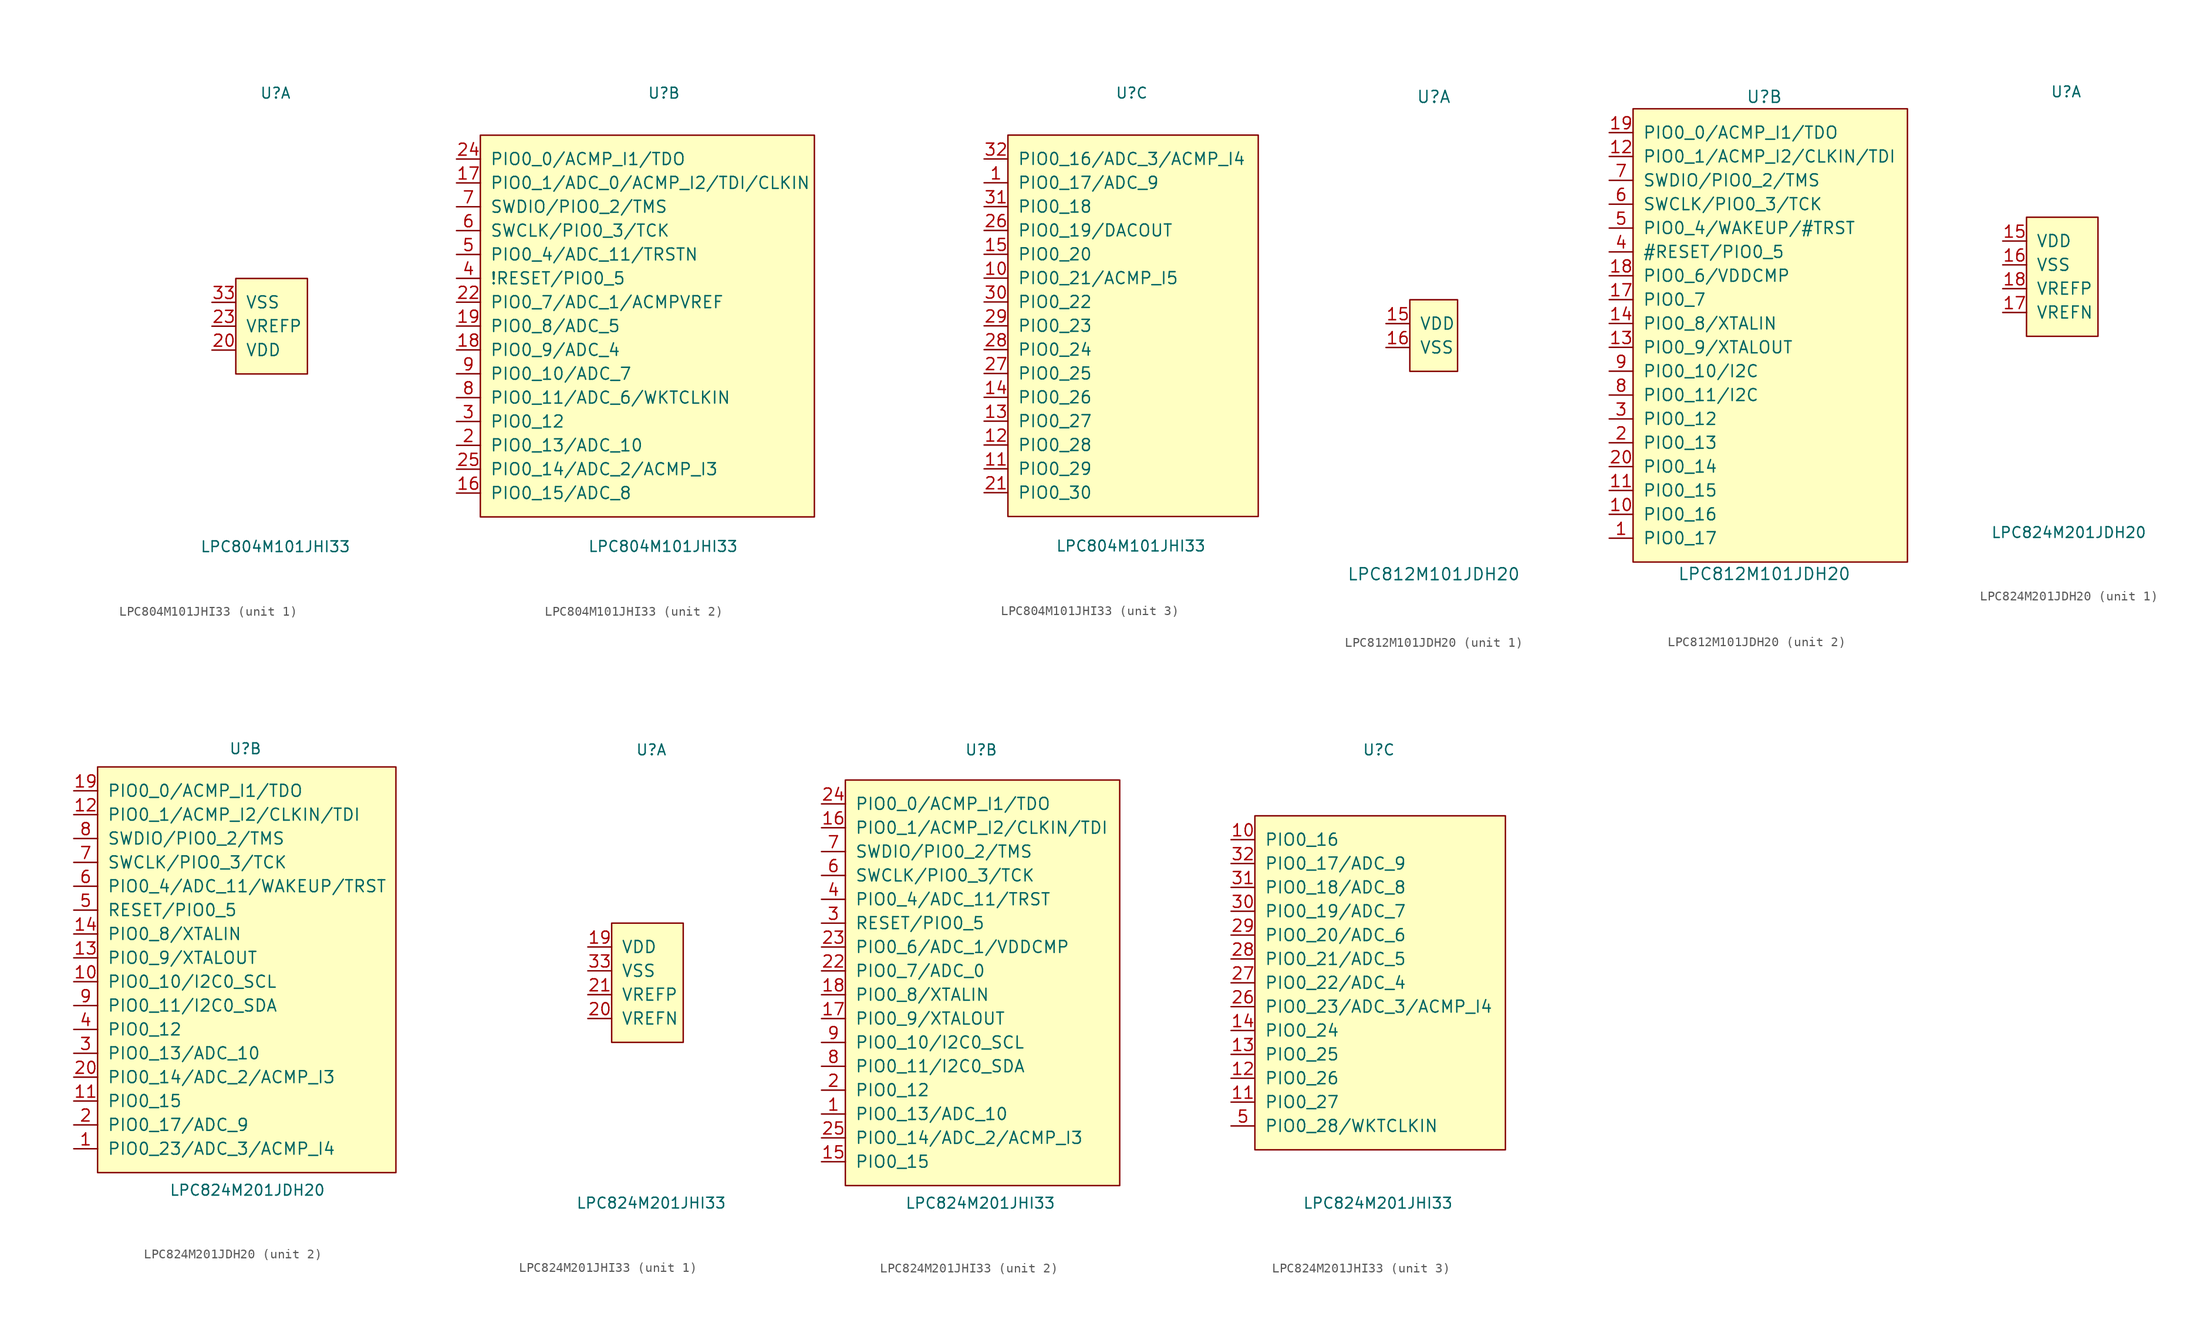
<source format=kicad_sym>
(kicad_symbol_lib
  (version 20211014)
  (generator kicad_symbol_editor)
  (symbol "LPC804M101JHI33"
    (pin_names
      (offset 1.016))
    (property "Reference" "U"
      (at -1.27 24.13 0)
      (effects (font (size 1.143 1.143)) (justify left bottom)))
    (property "Value" "LPC804M101JHI33"
      (at -7.62 -24.13 0)
      (effects (font (size 1.143 1.143)) (justify left bottom)))
    (property "Datasheet" ""
      (at -21.59 -3.81 0)
      (effects (font (size 1.524 1.524))))
    (property "ki_locked" ""
      (at 0 0 0)
      (effects (font (size 1.27 1.27))))
    (symbol "LPC804M101JHI33_1_1"
      (rectangle (start -3.81 5.08) (end 3.81 -5.08) (stroke (width 0) (type default) (color 0 0 0 0)) (fill (type background)))
      (pin power_in line (at -6.35 -2.54 0) (length 2.54) (name "VDD" (effects (font (size 1.27 1.27)))) (number "20" (effects (font (size 1.27 1.27)))))
      (pin power_in line (at -6.35 0 0) (length 2.54) (name "VREFP" (effects (font (size 1.27 1.27)))) (number "23" (effects (font (size 1.27 1.27)))))
      (pin power_in line (at -6.35 2.54 0) (length 2.54) (name "VSS" (effects (font (size 1.27 1.27)))) (number "33" (effects (font (size 1.27 1.27))))))
    (symbol "LPC804M101JHI33_2_1"
      (rectangle (start -19.05 20.32) (end 16.51 -20.32) (stroke (width 0) (type default) (color 0 0 0 0)) (fill (type background)))
      (pin bidirectional line (at -21.59 -17.78 0) (length 2.54) (name "PIO0_15/ADC_8" (effects (font (size 1.27 1.27)))) (number "16" (effects (font (size 1.27 1.27)))))
      (pin bidirectional line (at -21.59 15.24 0) (length 2.54) (name "PIO0_1/ADC_0/ACMP_I2/TDI/CLKIN" (effects (font (size 1.27 1.27)))) (number "17" (effects (font (size 1.27 1.27)))))
      (pin bidirectional line (at -21.59 -2.54 0) (length 2.54) (name "PIO0_9/ADC_4" (effects (font (size 1.27 1.27)))) (number "18" (effects (font (size 1.27 1.27)))))
      (pin bidirectional line (at -21.59 0 0) (length 2.54) (name "PIO0_8/ADC_5" (effects (font (size 1.27 1.27)))) (number "19" (effects (font (size 1.27 1.27)))))
      (pin bidirectional line (at -21.59 -12.7 0) (length 2.54) (name "PIO0_13/ADC_10" (effects (font (size 1.27 1.27)))) (number "2" (effects (font (size 1.27 1.27)))))
      (pin bidirectional line (at -21.59 2.54 0) (length 2.54) (name "PIO0_7/ADC_1/ACMPVREF" (effects (font (size 1.27 1.27)))) (number "22" (effects (font (size 1.27 1.27)))))
      (pin bidirectional line (at -21.59 17.78 0) (length 2.54) (name "PIO0_0/ACMP_I1/TDO" (effects (font (size 1.27 1.27)))) (number "24" (effects (font (size 1.27 1.27)))))
      (pin bidirectional line (at -21.59 -15.24 0) (length 2.54) (name "PIO0_14/ADC_2/ACMP_I3" (effects (font (size 1.27 1.27)))) (number "25" (effects (font (size 1.27 1.27)))))
      (pin bidirectional line (at -21.59 -10.16 0) (length 2.54) (name "PIO0_12" (effects (font (size 1.27 1.27)))) (number "3" (effects (font (size 1.27 1.27)))))
      (pin bidirectional line (at -21.59 5.08 0) (length 2.54) (name "!RESET/PIO0_5" (effects (font (size 1.27 1.27)))) (number "4" (effects (font (size 1.27 1.27)))))
      (pin bidirectional line (at -21.59 7.62 0) (length 2.54) (name "PIO0_4/ADC_11/TRSTN" (effects (font (size 1.27 1.27)))) (number "5" (effects (font (size 1.27 1.27)))))
      (pin bidirectional line (at -21.59 10.16 0) (length 2.54) (name "SWCLK/PIO0_3/TCK" (effects (font (size 1.27 1.27)))) (number "6" (effects (font (size 1.27 1.27)))))
      (pin bidirectional line (at -21.59 12.7 0) (length 2.54) (name "SWDIO/PIO0_2/TMS" (effects (font (size 1.27 1.27)))) (number "7" (effects (font (size 1.27 1.27)))))
      (pin bidirectional line (at -21.59 -7.62 0) (length 2.54) (name "PIO0_11/ADC_6/WKTCLKIN" (effects (font (size 1.27 1.27)))) (number "8" (effects (font (size 1.27 1.27)))))
      (pin bidirectional line (at -21.59 -5.08 0) (length 2.54) (name "PIO0_10/ADC_7" (effects (font (size 1.27 1.27)))) (number "9" (effects (font (size 1.27 1.27))))))
    (symbol "LPC804M101JHI33_3_1"
      (rectangle (start -12.7 20.32) (end 13.97 -20.32) (stroke (width 0) (type default) (color 0 0 0 0)) (fill (type background)))
      (pin bidirectional line (at -15.24 15.24 0) (length 2.54) (name "PIO0_17/ADC_9" (effects (font (size 1.27 1.27)))) (number "1" (effects (font (size 1.27 1.27)))))
      (pin bidirectional line (at -15.24 5.08 0) (length 2.54) (name "PIO0_21/ACMP_I5" (effects (font (size 1.27 1.27)))) (number "10" (effects (font (size 1.27 1.27)))))
      (pin bidirectional line (at -15.24 -15.24 0) (length 2.54) (name "PIO0_29" (effects (font (size 1.27 1.27)))) (number "11" (effects (font (size 1.27 1.27)))))
      (pin bidirectional line (at -15.24 -12.7 0) (length 2.54) (name "PIO0_28" (effects (font (size 1.27 1.27)))) (number "12" (effects (font (size 1.27 1.27)))))
      (pin bidirectional line (at -15.24 -10.16 0) (length 2.54) (name "PIO0_27" (effects (font (size 1.27 1.27)))) (number "13" (effects (font (size 1.27 1.27)))))
      (pin bidirectional line (at -15.24 -7.62 0) (length 2.54) (name "PIO0_26" (effects (font (size 1.27 1.27)))) (number "14" (effects (font (size 1.27 1.27)))))
      (pin bidirectional line (at -15.24 7.62 0) (length 2.54) (name "PIO0_20" (effects (font (size 1.27 1.27)))) (number "15" (effects (font (size 1.27 1.27)))))
      (pin bidirectional line (at -15.24 -17.78 0) (length 2.54) (name "PIO0_30" (effects (font (size 1.27 1.27)))) (number "21" (effects (font (size 1.27 1.27)))))
      (pin bidirectional line (at -15.24 10.16 0) (length 2.54) (name "PIO0_19/DACOUT" (effects (font (size 1.27 1.27)))) (number "26" (effects (font (size 1.27 1.27)))))
      (pin bidirectional line (at -15.24 -5.08 0) (length 2.54) (name "PIO0_25" (effects (font (size 1.27 1.27)))) (number "27" (effects (font (size 1.27 1.27)))))
      (pin bidirectional line (at -15.24 -2.54 0) (length 2.54) (name "PIO0_24" (effects (font (size 1.27 1.27)))) (number "28" (effects (font (size 1.27 1.27)))))
      (pin bidirectional line (at -15.24 0 0) (length 2.54) (name "PIO0_23" (effects (font (size 1.27 1.27)))) (number "29" (effects (font (size 1.27 1.27)))))
      (pin bidirectional line (at -15.24 2.54 0) (length 2.54) (name "PIO0_22" (effects (font (size 1.27 1.27)))) (number "30" (effects (font (size 1.27 1.27)))))
      (pin bidirectional line (at -15.24 12.7 0) (length 2.54) (name "PIO0_18" (effects (font (size 1.27 1.27)))) (number "31" (effects (font (size 1.27 1.27)))))
      (pin bidirectional line (at -15.24 17.78 0) (length 2.54) (name "PIO0_16/ADC_3/ACMP_I4" (effects (font (size 1.27 1.27)))) (number "32" (effects (font (size 1.27 1.27)))))))
  (symbol "LPC812M101JDH20"
    (pin_names
      (offset 1.016))
    (property "Reference" "U"
      (at 0 25.4 0)
      (effects (font (size 1.27 1.27))))
    (property "Value" "LPC812M101JDH20"
      (at 0 -25.4 0)
      (effects (font (size 1.27 1.27))))
    (property "ki_locked" ""
      (at 0 0 0)
      (effects (font (size 1.27 1.27))))
    (symbol "LPC812M101JDH20_1_1"
      (rectangle (start -2.54 3.81) (end 2.54 -3.81) (stroke (width 0) (type default) (color 0 0 0 0)) (fill (type background)))
      (pin power_in line (at -5.08 1.27 0) (length 2.54) (name "VDD" (effects (font (size 1.27 1.27)))) (number "15" (effects (font (size 1.27 1.27)))))
      (pin power_in line (at -5.08 -1.27 0) (length 2.54) (name "VSS" (effects (font (size 1.27 1.27)))) (number "16" (effects (font (size 1.27 1.27))))))
    (symbol "LPC812M101JDH20_2_1"
      (rectangle (start -13.97 24.13) (end 15.24 -24.13) (stroke (width 0) (type default) (color 0 0 0 0)) (fill (type background)))
      (pin bidirectional line (at -16.51 -21.59 0) (length 2.54) (name "PIO0_17" (effects (font (size 1.27 1.27)))) (number "1" (effects (font (size 1.27 1.27)))))
      (pin bidirectional line (at -16.51 -19.05 0) (length 2.54) (name "PIO0_16" (effects (font (size 1.27 1.27)))) (number "10" (effects (font (size 1.27 1.27)))))
      (pin bidirectional line (at -16.51 -16.51 0) (length 2.54) (name "PIO0_15" (effects (font (size 1.27 1.27)))) (number "11" (effects (font (size 1.27 1.27)))))
      (pin bidirectional line (at -16.51 19.05 0) (length 2.54) (name "PIO0_1/ACMP_I2/CLKIN/TDI" (effects (font (size 1.27 1.27)))) (number "12" (effects (font (size 1.27 1.27)))))
      (pin bidirectional line (at -16.51 -1.27 0) (length 2.54) (name "PIO0_9/XTALOUT" (effects (font (size 1.27 1.27)))) (number "13" (effects (font (size 1.27 1.27)))))
      (pin bidirectional line (at -16.51 1.27 0) (length 2.54) (name "PIO0_8/XTALIN" (effects (font (size 1.27 1.27)))) (number "14" (effects (font (size 1.27 1.27)))))
      (pin bidirectional line (at -16.51 3.81 0) (length 2.54) (name "PIO0_7" (effects (font (size 1.27 1.27)))) (number "17" (effects (font (size 1.27 1.27)))))
      (pin bidirectional line (at -16.51 6.35 0) (length 2.54) (name "PIO0_6/VDDCMP" (effects (font (size 1.27 1.27)))) (number "18" (effects (font (size 1.27 1.27)))))
      (pin bidirectional line (at -16.51 21.59 0) (length 2.54) (name "PIO0_0/ACMP_I1/TDO" (effects (font (size 1.27 1.27)))) (number "19" (effects (font (size 1.27 1.27)))))
      (pin bidirectional line (at -16.51 -11.43 0) (length 2.54) (name "PIO0_13" (effects (font (size 1.27 1.27)))) (number "2" (effects (font (size 1.27 1.27)))))
      (pin bidirectional line (at -16.51 -13.97 0) (length 2.54) (name "PIO0_14" (effects (font (size 1.27 1.27)))) (number "20" (effects (font (size 1.27 1.27)))))
      (pin bidirectional line (at -16.51 -8.89 0) (length 2.54) (name "PIO0_12" (effects (font (size 1.27 1.27)))) (number "3" (effects (font (size 1.27 1.27)))))
      (pin bidirectional line (at -16.51 8.89 0) (length 2.54) (name "#RESET/PIO0_5" (effects (font (size 1.27 1.27)))) (number "4" (effects (font (size 1.27 1.27)))))
      (pin bidirectional line (at -16.51 11.43 0) (length 2.54) (name "PIO0_4/WAKEUP/#TRST" (effects (font (size 1.27 1.27)))) (number "5" (effects (font (size 1.27 1.27)))))
      (pin bidirectional line (at -16.51 13.97 0) (length 2.54) (name "SWCLK/PIO0_3/TCK" (effects (font (size 1.27 1.27)))) (number "6" (effects (font (size 1.27 1.27)))))
      (pin bidirectional line (at -16.51 16.51 0) (length 2.54) (name "SWDIO/PIO0_2/TMS" (effects (font (size 1.27 1.27)))) (number "7" (effects (font (size 1.27 1.27)))))
      (pin bidirectional line (at -16.51 -6.35 0) (length 2.54) (name "PIO0_11/I2C" (effects (font (size 1.27 1.27)))) (number "8" (effects (font (size 1.27 1.27)))))
      (pin bidirectional line (at -16.51 -3.81 0) (length 2.54) (name "PIO0_10/I2C" (effects (font (size 1.27 1.27)))) (number "9" (effects (font (size 1.27 1.27)))))))
  (symbol "LPC824M201JDH20"
    (pin_names
      (offset 1.016))
    (property "Reference" "U"
      (at -1.27 19.05 0)
      (effects (font (size 1.143 1.143)) (justify left bottom)))
    (property "Value" "LPC824M201JDH20"
      (at -7.62 -27.94 0)
      (effects (font (size 1.143 1.143)) (justify left bottom)))
    (property "Datasheet" ""
      (at 6.35 -12.7 0)
      (effects (font (size 1.524 1.524))))
    (property "ki_locked" ""
      (at 0 0 0)
      (effects (font (size 1.27 1.27))))
    (symbol "LPC824M201JDH20_1_1"
      (rectangle (start -3.81 6.35) (end 3.81 -6.35) (stroke (width 0) (type default) (color 0 0 0 0)) (fill (type background)))
      (pin power_in line (at -6.35 3.81 0) (length 2.54) (name "VDD" (effects (font (size 1.27 1.27)))) (number "15" (effects (font (size 1.27 1.27)))))
      (pin power_in line (at -6.35 1.27 0) (length 2.54) (name "VSS" (effects (font (size 1.27 1.27)))) (number "16" (effects (font (size 1.27 1.27)))))
      (pin power_in line (at -6.35 -3.81 0) (length 2.54) (name "VREFN" (effects (font (size 1.27 1.27)))) (number "17" (effects (font (size 1.27 1.27)))))
      (pin power_in line (at -6.35 -1.27 0) (length 2.54) (name "VREFP" (effects (font (size 1.27 1.27)))) (number "18" (effects (font (size 1.27 1.27))))))
    (symbol "LPC824M201JDH20_2_1"
      (rectangle (start -15.24 17.78) (end 16.51 -25.4) (stroke (width 0) (type default) (color 0 0 0 0)) (fill (type background)))
      (pin bidirectional line (at -17.78 -22.86 0) (length 2.54) (name "PIO0_23/ADC_3/ACMP_I4" (effects (font (size 1.27 1.27)))) (number "1" (effects (font (size 1.27 1.27)))))
      (pin bidirectional line (at -17.78 -5.08 0) (length 2.54) (name "PIO0_10/I2C0_SCL" (effects (font (size 1.27 1.27)))) (number "10" (effects (font (size 1.27 1.27)))))
      (pin bidirectional line (at -17.78 -17.78 0) (length 2.54) (name "PIO0_15" (effects (font (size 1.27 1.27)))) (number "11" (effects (font (size 1.27 1.27)))))
      (pin bidirectional line (at -17.78 12.7 0) (length 2.54) (name "PIO0_1/ACMP_I2/CLKIN/TDI" (effects (font (size 1.27 1.27)))) (number "12" (effects (font (size 1.27 1.27)))))
      (pin bidirectional line (at -17.78 -2.54 0) (length 2.54) (name "PIO0_9/XTALOUT" (effects (font (size 1.27 1.27)))) (number "13" (effects (font (size 1.27 1.27)))))
      (pin bidirectional line (at -17.78 0 0) (length 2.54) (name "PIO0_8/XTALIN" (effects (font (size 1.27 1.27)))) (number "14" (effects (font (size 1.27 1.27)))))
      (pin bidirectional line (at -17.78 15.24 0) (length 2.54) (name "PIO0_0/ACMP_I1/TDO" (effects (font (size 1.27 1.27)))) (number "19" (effects (font (size 1.27 1.27)))))
      (pin bidirectional line (at -17.78 -20.32 0) (length 2.54) (name "PIO0_17/ADC_9" (effects (font (size 1.27 1.27)))) (number "2" (effects (font (size 1.27 1.27)))))
      (pin bidirectional line (at -17.78 -15.24 0) (length 2.54) (name "PIO0_14/ADC_2/ACMP_I3" (effects (font (size 1.27 1.27)))) (number "20" (effects (font (size 1.27 1.27)))))
      (pin bidirectional line (at -17.78 -12.7 0) (length 2.54) (name "PIO0_13/ADC_10" (effects (font (size 1.27 1.27)))) (number "3" (effects (font (size 1.27 1.27)))))
      (pin bidirectional line (at -17.78 -10.16 0) (length 2.54) (name "PIO0_12" (effects (font (size 1.27 1.27)))) (number "4" (effects (font (size 1.27 1.27)))))
      (pin bidirectional line (at -17.78 2.54 0) (length 2.54) (name "RESET/PIO0_5" (effects (font (size 1.27 1.27)))) (number "5" (effects (font (size 1.27 1.27)))))
      (pin bidirectional line (at -17.78 5.08 0) (length 2.54) (name "PIO0_4/ADC_11/WAKEUP/TRST" (effects (font (size 1.27 1.27)))) (number "6" (effects (font (size 1.27 1.27)))))
      (pin bidirectional line (at -17.78 7.62 0) (length 2.54) (name "SWCLK/PIO0_3/TCK" (effects (font (size 1.27 1.27)))) (number "7" (effects (font (size 1.27 1.27)))))
      (pin bidirectional line (at -17.78 10.16 0) (length 2.54) (name "SWDIO/PIO0_2/TMS" (effects (font (size 1.27 1.27)))) (number "8" (effects (font (size 1.27 1.27)))))
      (pin bidirectional line (at -17.78 -7.62 0) (length 2.54) (name "PIO0_11/I2C0_SDA" (effects (font (size 1.27 1.27)))) (number "9" (effects (font (size 1.27 1.27)))))))
  (symbol "LPC824M201JHI33"
    (pin_names
      (offset 1.016))
    (property "Reference" "U"
      (at -1.27 24.13 0)
      (effects (font (size 1.143 1.143)) (justify left bottom)))
    (property "Value" "LPC824M201JHI33"
      (at -7.62 -24.13 0)
      (effects (font (size 1.143 1.143)) (justify left bottom)))
    (property "Datasheet" ""
      (at -16.51 -2.54 0)
      (effects (font (size 1.524 1.524))))
    (property "ki_locked" ""
      (at 0 0 0)
      (effects (font (size 1.27 1.27))))
    (symbol "LPC824M201JHI33_1_1"
      (rectangle (start -3.81 6.35) (end 3.81 -6.35) (stroke (width 0) (type default) (color 0 0 0 0)) (fill (type background)))
      (pin power_in line (at -6.35 3.81 0) (length 2.54) (name "VDD" (effects (font (size 1.27 1.27)))) (number "19" (effects (font (size 1.27 1.27)))))
      (pin power_in line (at -6.35 -3.81 0) (length 2.54) (name "VREFN" (effects (font (size 1.27 1.27)))) (number "20" (effects (font (size 1.27 1.27)))))
      (pin power_in line (at -6.35 -1.27 0) (length 2.54) (name "VREFP" (effects (font (size 1.27 1.27)))) (number "21" (effects (font (size 1.27 1.27)))))
      (pin power_in line (at -6.35 1.27 0) (length 2.54) (name "VSS" (effects (font (size 1.27 1.27)))) (number "33" (effects (font (size 1.27 1.27))))))
    (symbol "LPC824M201JHI33_2_1"
      (rectangle (start -13.97 21.59) (end 15.24 -21.59) (stroke (width 0) (type default) (color 0 0 0 0)) (fill (type background)))
      (pin bidirectional line (at -16.51 -13.97 0) (length 2.54) (name "PIO0_13/ADC_10" (effects (font (size 1.27 1.27)))) (number "1" (effects (font (size 1.27 1.27)))))
      (pin bidirectional line (at -16.51 -19.05 0) (length 2.54) (name "PIO0_15" (effects (font (size 1.27 1.27)))) (number "15" (effects (font (size 1.27 1.27)))))
      (pin bidirectional line (at -16.51 16.51 0) (length 2.54) (name "PIO0_1/ACMP_I2/CLKIN/TDI" (effects (font (size 1.27 1.27)))) (number "16" (effects (font (size 1.27 1.27)))))
      (pin bidirectional line (at -16.51 -3.81 0) (length 2.54) (name "PIO0_9/XTALOUT" (effects (font (size 1.27 1.27)))) (number "17" (effects (font (size 1.27 1.27)))))
      (pin bidirectional line (at -16.51 -1.27 0) (length 2.54) (name "PIO0_8/XTALIN" (effects (font (size 1.27 1.27)))) (number "18" (effects (font (size 1.27 1.27)))))
      (pin bidirectional line (at -16.51 -11.43 0) (length 2.54) (name "PIO0_12" (effects (font (size 1.27 1.27)))) (number "2" (effects (font (size 1.27 1.27)))))
      (pin bidirectional line (at -16.51 1.27 0) (length 2.54) (name "PIO0_7/ADC_0" (effects (font (size 1.27 1.27)))) (number "22" (effects (font (size 1.27 1.27)))))
      (pin bidirectional line (at -16.51 3.81 0) (length 2.54) (name "PIO0_6/ADC_1/VDDCMP" (effects (font (size 1.27 1.27)))) (number "23" (effects (font (size 1.27 1.27)))))
      (pin bidirectional line (at -16.51 19.05 0) (length 2.54) (name "PIO0_0/ACMP_I1/TDO" (effects (font (size 1.27 1.27)))) (number "24" (effects (font (size 1.27 1.27)))))
      (pin bidirectional line (at -16.51 -16.51 0) (length 2.54) (name "PIO0_14/ADC_2/ACMP_I3" (effects (font (size 1.27 1.27)))) (number "25" (effects (font (size 1.27 1.27)))))
      (pin bidirectional line (at -16.51 6.35 0) (length 2.54) (name "RESET/PIO0_5" (effects (font (size 1.27 1.27)))) (number "3" (effects (font (size 1.27 1.27)))))
      (pin bidirectional line (at -16.51 8.89 0) (length 2.54) (name "PIO0_4/ADC_11/TRST" (effects (font (size 1.27 1.27)))) (number "4" (effects (font (size 1.27 1.27)))))
      (pin bidirectional line (at -16.51 11.43 0) (length 2.54) (name "SWCLK/PIO0_3/TCK" (effects (font (size 1.27 1.27)))) (number "6" (effects (font (size 1.27 1.27)))))
      (pin bidirectional line (at -16.51 13.97 0) (length 2.54) (name "SWDIO/PIO0_2/TMS" (effects (font (size 1.27 1.27)))) (number "7" (effects (font (size 1.27 1.27)))))
      (pin bidirectional line (at -16.51 -8.89 0) (length 2.54) (name "PIO0_11/I2C0_SDA" (effects (font (size 1.27 1.27)))) (number "8" (effects (font (size 1.27 1.27)))))
      (pin bidirectional line (at -16.51 -6.35 0) (length 2.54) (name "PIO0_10/I2C0_SCL" (effects (font (size 1.27 1.27)))) (number "9" (effects (font (size 1.27 1.27))))))
    (symbol "LPC824M201JHI33_3_1"
      (rectangle (start -12.7 17.78) (end 13.97 -17.78) (stroke (width 0) (type default) (color 0 0 0 0)) (fill (type background)))
      (pin bidirectional line (at -15.24 15.24 0) (length 2.54) (name "PIO0_16" (effects (font (size 1.27 1.27)))) (number "10" (effects (font (size 1.27 1.27)))))
      (pin bidirectional line (at -15.24 -12.7 0) (length 2.54) (name "PIO0_27" (effects (font (size 1.27 1.27)))) (number "11" (effects (font (size 1.27 1.27)))))
      (pin bidirectional line (at -15.24 -10.16 0) (length 2.54) (name "PIO0_26" (effects (font (size 1.27 1.27)))) (number "12" (effects (font (size 1.27 1.27)))))
      (pin bidirectional line (at -15.24 -7.62 0) (length 2.54) (name "PIO0_25" (effects (font (size 1.27 1.27)))) (number "13" (effects (font (size 1.27 1.27)))))
      (pin bidirectional line (at -15.24 -5.08 0) (length 2.54) (name "PIO0_24" (effects (font (size 1.27 1.27)))) (number "14" (effects (font (size 1.27 1.27)))))
      (pin bidirectional line (at -15.24 -2.54 0) (length 2.54) (name "PIO0_23/ADC_3/ACMP_I4" (effects (font (size 1.27 1.27)))) (number "26" (effects (font (size 1.27 1.27)))))
      (pin bidirectional line (at -15.24 0 0) (length 2.54) (name "PIO0_22/ADC_4" (effects (font (size 1.27 1.27)))) (number "27" (effects (font (size 1.27 1.27)))))
      (pin bidirectional line (at -15.24 2.54 0) (length 2.54) (name "PIO0_21/ADC_5" (effects (font (size 1.27 1.27)))) (number "28" (effects (font (size 1.27 1.27)))))
      (pin bidirectional line (at -15.24 5.08 0) (length 2.54) (name "PIO0_20/ADC_6" (effects (font (size 1.27 1.27)))) (number "29" (effects (font (size 1.27 1.27)))))
      (pin bidirectional line (at -15.24 7.62 0) (length 2.54) (name "PIO0_19/ADC_7" (effects (font (size 1.27 1.27)))) (number "30" (effects (font (size 1.27 1.27)))))
      (pin bidirectional line (at -15.24 10.16 0) (length 2.54) (name "PIO0_18/ADC_8" (effects (font (size 1.27 1.27)))) (number "31" (effects (font (size 1.27 1.27)))))
      (pin bidirectional line (at -15.24 12.7 0) (length 2.54) (name "PIO0_17/ADC_9" (effects (font (size 1.27 1.27)))) (number "32" (effects (font (size 1.27 1.27)))))
      (pin bidirectional line (at -15.24 -15.24 0) (length 2.54) (name "PIO0_28/WKTCLKIN" (effects (font (size 1.27 1.27)))) (number "5" (effects (font (size 1.27 1.27))))))))
</source>
